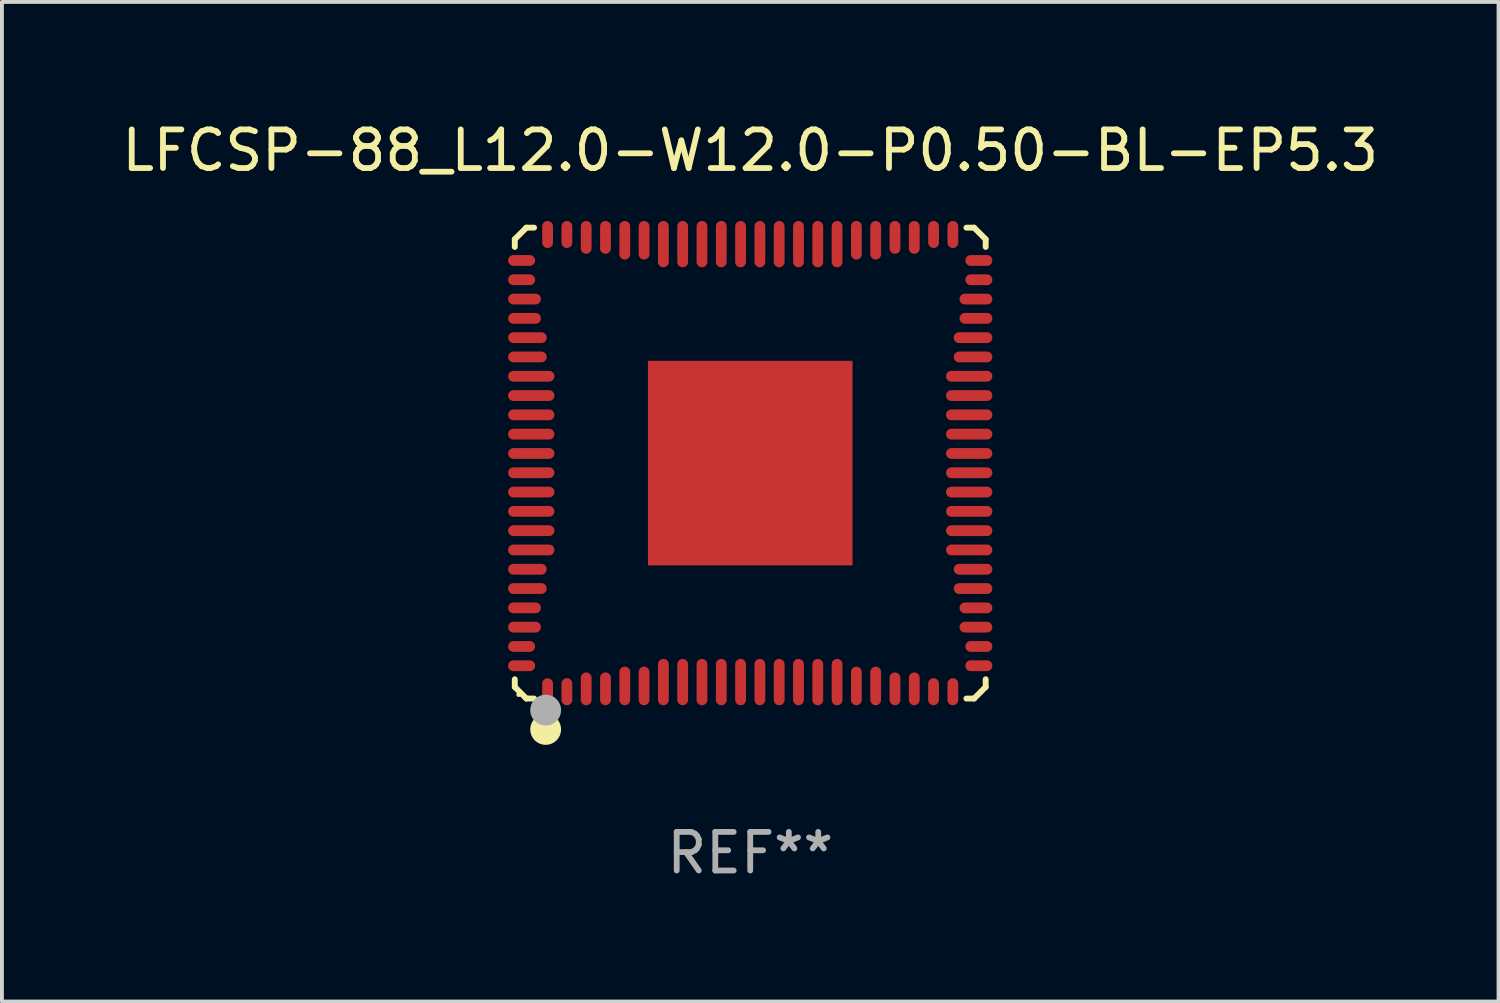
<source format=kicad_pcb>
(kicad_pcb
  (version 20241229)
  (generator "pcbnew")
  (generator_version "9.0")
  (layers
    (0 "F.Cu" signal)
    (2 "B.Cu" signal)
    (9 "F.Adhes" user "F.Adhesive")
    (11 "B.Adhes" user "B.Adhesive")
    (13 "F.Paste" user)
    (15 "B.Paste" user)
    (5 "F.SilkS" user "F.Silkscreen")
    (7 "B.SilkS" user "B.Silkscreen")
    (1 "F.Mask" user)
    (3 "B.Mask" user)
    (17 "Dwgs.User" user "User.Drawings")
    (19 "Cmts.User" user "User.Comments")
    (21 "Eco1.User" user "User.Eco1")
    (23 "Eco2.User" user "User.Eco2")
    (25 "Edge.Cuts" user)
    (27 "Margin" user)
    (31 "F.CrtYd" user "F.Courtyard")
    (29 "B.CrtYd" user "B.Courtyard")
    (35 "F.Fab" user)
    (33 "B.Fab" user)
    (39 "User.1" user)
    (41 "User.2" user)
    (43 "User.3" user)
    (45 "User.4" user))
  (footprint "LFCSP-88_L12.0-W12.0-P0.50-BL-EP5.3"
    (layer "F.Cu")
    (at 16.387 8.948)
    (property "Reference" "LFCSP-88_L12.0-W12.0-P0.50-BL-EP5.3" (at 0 -8.1 0) (layer "F.SilkS") (effects (font (size 1 1) (thickness 0.15))))
    (attr smd)
    (fp_line (start -6.1 -5.8) (end -6.1 -5.6) (stroke (width 0.152) (type solid)) (layer "F.SilkS"))
    (fp_line (start -6.1 5.6) (end -6.1 5.8) (stroke (width 0.152) (type solid)) (layer "F.SilkS"))
    (fp_line (start -6.1 5.8) (end -5.8 6.1) (stroke (width 0.152) (type solid)) (layer "F.SilkS"))
    (fp_line (start -5.8 -6.1) (end -6.1 -5.8) (stroke (width 0.152) (type solid)) (layer "F.SilkS"))
    (fp_line (start -5.8 6.1) (end -5.6 6.1) (stroke (width 0.152) (type solid)) (layer "F.SilkS"))
    (fp_line (start -5.6 -6.1) (end -5.8 -6.1) (stroke (width 0.152) (type solid)) (layer "F.SilkS"))
    (fp_line (start 5.6 6.1) (end 5.8 6.1) (stroke (width 0.152) (type solid)) (layer "F.SilkS"))
    (fp_line (start 5.8 -6.1) (end 5.6 -6.1) (stroke (width 0.152) (type solid)) (layer "F.SilkS"))
    (fp_line (start 5.8 6.1) (end 6.1 5.8) (stroke (width 0.152) (type solid)) (layer "F.SilkS"))
    (fp_line (start 6.1 -5.8) (end 5.8 -6.1) (stroke (width 0.152) (type solid)) (layer "F.SilkS"))
    (fp_line (start 6.1 -5.6) (end 6.1 -5.8) (stroke (width 0.152) (type solid)) (layer "F.SilkS"))
    (fp_line (start 6.1 5.8) (end 6.1 5.6) (stroke (width 0.152) (type solid)) (layer "F.SilkS"))
    (fp_circle (center -6 6) (end -5.97 6) (stroke (width 0.06) (type solid)) (fill no) (layer "F.SilkS"))
    (fp_circle (center -5.3 6.9) (end -5.1 6.9) (stroke (width 0.4) (type solid)) (fill no) (layer "F.SilkS"))
    (fp_circle (center -5.3 6.4) (end -5.1 6.4) (stroke (width 0.4) (type solid)) (fill no) (layer "F.Fab"))
    (fp_text user "REF**" (at 0 10.1 0) (layer "F.Fab") (effects (font (size 1 1) (thickness 0.15))))
    (pad "1" smd oval (at -5.25 5.923) (size 0.28 0.7) (layers "F.Cu" "F.Mask" "F.Paste"))
    (pad "2" smd oval (at -4.75 5.923) (size 0.28 0.7) (layers "F.Cu" "F.Mask" "F.Paste"))
    (pad "3" smd oval (at -4.25 5.848) (size 0.28 0.85) (layers "F.Cu" "F.Mask" "F.Paste"))
    (pad "4" smd oval (at -3.75 5.848) (size 0.28 0.85) (layers "F.Cu" "F.Mask" "F.Paste"))
    (pad "5" smd oval (at -3.25 5.773) (size 0.28 1) (layers "F.Cu" "F.Mask" "F.Paste"))
    (pad "6" smd oval (at -2.75 5.773) (size 0.28 1) (layers "F.Cu" "F.Mask" "F.Paste"))
    (pad "7" smd oval (at -2.25 5.673) (size 0.28 1.2) (layers "F.Cu" "F.Mask" "F.Paste"))
    (pad "8" smd oval (at -1.75 5.673) (size 0.28 1.2) (layers "F.Cu" "F.Mask" "F.Paste"))
    (pad "9" smd oval (at -1.25 5.673) (size 0.28 1.2) (layers "F.Cu" "F.Mask" "F.Paste"))
    (pad "10" smd oval (at -0.75 5.673) (size 0.28 1.2) (layers "F.Cu" "F.Mask" "F.Paste"))
    (pad "11" smd oval (at -0.25 5.673) (size 0.28 1.2) (layers "F.Cu" "F.Mask" "F.Paste"))
    (pad "12" smd oval (at 0.25 5.673) (size 0.28 1.2) (layers "F.Cu" "F.Mask" "F.Paste"))
    (pad "13" smd oval (at 0.75 5.673) (size 0.28 1.2) (layers "F.Cu" "F.Mask" "F.Paste"))
    (pad "14" smd oval (at 1.25 5.673) (size 0.28 1.2) (layers "F.Cu" "F.Mask" "F.Paste"))
    (pad "15" smd oval (at 1.75 5.673) (size 0.28 1.2) (layers "F.Cu" "F.Mask" "F.Paste"))
    (pad "16" smd oval (at 2.25 5.673) (size 0.28 1.2) (layers "F.Cu" "F.Mask" "F.Paste"))
    (pad "17" smd oval (at 2.75 5.773) (size 0.28 1) (layers "F.Cu" "F.Mask" "F.Paste"))
    (pad "18" smd oval (at 3.25 5.773) (size 0.28 1) (layers "F.Cu" "F.Mask" "F.Paste"))
    (pad "19" smd oval (at 3.75 5.848) (size 0.28 0.85) (layers "F.Cu" "F.Mask" "F.Paste"))
    (pad "20" smd oval (at 4.25 5.848) (size 0.28 0.85) (layers "F.Cu" "F.Mask" "F.Paste"))
    (pad "21" smd oval (at 4.75 5.923) (size 0.28 0.7) (layers "F.Cu" "F.Mask" "F.Paste"))
    (pad "22" smd oval (at 5.25 5.923) (size 0.28 0.7) (layers "F.Cu" "F.Mask" "F.Paste"))
    (pad "23" smd oval (at 5.923 5.25) (size 0.7 0.28) (layers "F.Cu" "F.Mask" "F.Paste"))
    (pad "24" smd oval (at 5.923 4.75) (size 0.7 0.28) (layers "F.Cu" "F.Mask" "F.Paste"))
    (pad "25" smd oval (at 5.848 4.25) (size 0.85 0.28) (layers "F.Cu" "F.Mask" "F.Paste"))
    (pad "26" smd oval (at 5.848 3.75) (size 0.85 0.28) (layers "F.Cu" "F.Mask" "F.Paste"))
    (pad "27" smd oval (at 5.773 3.25) (size 1 0.28) (layers "F.Cu" "F.Mask" "F.Paste"))
    (pad "28" smd oval (at 5.773 2.75) (size 1 0.28) (layers "F.Cu" "F.Mask" "F.Paste"))
    (pad "29" smd oval (at 5.673 2.25) (size 1.2 0.28) (layers "F.Cu" "F.Mask" "F.Paste"))
    (pad "30" smd oval (at 5.673 1.75) (size 1.2 0.28) (layers "F.Cu" "F.Mask" "F.Paste"))
    (pad "31" smd oval (at 5.673 1.25) (size 1.2 0.28) (layers "F.Cu" "F.Mask" "F.Paste"))
    (pad "32" smd oval (at 5.673 0.75) (size 1.2 0.28) (layers "F.Cu" "F.Mask" "F.Paste"))
    (pad "33" smd oval (at 5.673 0.25) (size 1.2 0.28) (layers "F.Cu" "F.Mask" "F.Paste"))
    (pad "34" smd oval (at 5.673 -0.25) (size 1.2 0.28) (layers "F.Cu" "F.Mask" "F.Paste"))
    (pad "35" smd oval (at 5.673 -0.75) (size 1.2 0.28) (layers "F.Cu" "F.Mask" "F.Paste"))
    (pad "36" smd oval (at 5.673 -1.25) (size 1.2 0.28) (layers "F.Cu" "F.Mask" "F.Paste"))
    (pad "37" smd oval (at 5.673 -1.75) (size 1.2 0.28) (layers "F.Cu" "F.Mask" "F.Paste"))
    (pad "38" smd oval (at 5.673 -2.25) (size 1.2 0.28) (layers "F.Cu" "F.Mask" "F.Paste"))
    (pad "39" smd oval (at 5.773 -2.75) (size 1 0.28) (layers "F.Cu" "F.Mask" "F.Paste"))
    (pad "40" smd oval (at 5.773 -3.25) (size 1 0.28) (layers "F.Cu" "F.Mask" "F.Paste"))
    (pad "41" smd oval (at 5.848 -3.75) (size 0.85 0.28) (layers "F.Cu" "F.Mask" "F.Paste"))
    (pad "42" smd oval (at 5.848 -4.25) (size 0.85 0.28) (layers "F.Cu" "F.Mask" "F.Paste"))
    (pad "43" smd oval (at 5.923 -4.75) (size 0.7 0.28) (layers "F.Cu" "F.Mask" "F.Paste"))
    (pad "44" smd oval (at 5.923 -5.25) (size 0.7 0.28) (layers "F.Cu" "F.Mask" "F.Paste"))
    (pad "45" smd oval (at 5.25 -5.923) (size 0.28 0.7) (layers "F.Cu" "F.Mask" "F.Paste"))
    (pad "46" smd oval (at 4.75 -5.923) (size 0.28 0.7) (layers "F.Cu" "F.Mask" "F.Paste"))
    (pad "47" smd oval (at 4.25 -5.848) (size 0.28 0.85) (layers "F.Cu" "F.Mask" "F.Paste"))
    (pad "48" smd oval (at 3.75 -5.848) (size 0.28 0.85) (layers "F.Cu" "F.Mask" "F.Paste"))
    (pad "49" smd oval (at 3.25 -5.773) (size 0.28 1) (layers "F.Cu" "F.Mask" "F.Paste"))
    (pad "50" smd oval (at 2.75 -5.773) (size 0.28 1) (layers "F.Cu" "F.Mask" "F.Paste"))
    (pad "51" smd oval (at 2.25 -5.673) (size 0.28 1.2) (layers "F.Cu" "F.Mask" "F.Paste"))
    (pad "52" smd oval (at 1.75 -5.673) (size 0.28 1.2) (layers "F.Cu" "F.Mask" "F.Paste"))
    (pad "53" smd oval (at 1.25 -5.673) (size 0.28 1.2) (layers "F.Cu" "F.Mask" "F.Paste"))
    (pad "54" smd oval (at 0.75 -5.673) (size 0.28 1.2) (layers "F.Cu" "F.Mask" "F.Paste"))
    (pad "55" smd oval (at 0.25 -5.673) (size 0.28 1.2) (layers "F.Cu" "F.Mask" "F.Paste"))
    (pad "56" smd oval (at -0.25 -5.673) (size 0.28 1.2) (layers "F.Cu" "F.Mask" "F.Paste"))
    (pad "57" smd oval (at -0.75 -5.673) (size 0.28 1.2) (layers "F.Cu" "F.Mask" "F.Paste"))
    (pad "58" smd oval (at -1.25 -5.673) (size 0.28 1.2) (layers "F.Cu" "F.Mask" "F.Paste"))
    (pad "59" smd oval (at -1.75 -5.673) (size 0.28 1.2) (layers "F.Cu" "F.Mask" "F.Paste"))
    (pad "60" smd oval (at -2.25 -5.673) (size 0.28 1.2) (layers "F.Cu" "F.Mask" "F.Paste"))
    (pad "61" smd oval (at -2.75 -5.773) (size 0.28 1) (layers "F.Cu" "F.Mask" "F.Paste"))
    (pad "62" smd oval (at -3.25 -5.773) (size 0.28 1) (layers "F.Cu" "F.Mask" "F.Paste"))
    (pad "63" smd oval (at -3.75 -5.848) (size 0.28 0.85) (layers "F.Cu" "F.Mask" "F.Paste"))
    (pad "64" smd oval (at -4.25 -5.848) (size 0.28 0.85) (layers "F.Cu" "F.Mask" "F.Paste"))
    (pad "65" smd oval (at -4.75 -5.923) (size 0.28 0.7) (layers "F.Cu" "F.Mask" "F.Paste"))
    (pad "66" smd oval (at -5.25 -5.923) (size 0.28 0.7) (layers "F.Cu" "F.Mask" "F.Paste"))
    (pad "67" smd oval (at -5.923 -5.25) (size 0.7 0.28) (layers "F.Cu" "F.Mask" "F.Paste"))
    (pad "68" smd oval (at -5.923 -4.75) (size 0.7 0.28) (layers "F.Cu" "F.Mask" "F.Paste"))
    (pad "69" smd oval (at -5.848 -4.25) (size 0.85 0.28) (layers "F.Cu" "F.Mask" "F.Paste"))
    (pad "70" smd oval (at -5.848 -3.75) (size 0.85 0.28) (layers "F.Cu" "F.Mask" "F.Paste"))
    (pad "71" smd oval (at -5.773 -3.25) (size 1 0.28) (layers "F.Cu" "F.Mask" "F.Paste"))
    (pad "72" smd oval (at -5.773 -2.75) (size 1 0.28) (layers "F.Cu" "F.Mask" "F.Paste"))
    (pad "73" smd oval (at -5.673 -2.25) (size 1.2 0.28) (layers "F.Cu" "F.Mask" "F.Paste"))
    (pad "74" smd oval (at -5.673 -1.75) (size 1.2 0.28) (layers "F.Cu" "F.Mask" "F.Paste"))
    (pad "75" smd oval (at -5.673 -1.25) (size 1.2 0.28) (layers "F.Cu" "F.Mask" "F.Paste"))
    (pad "76" smd oval (at -5.673 -0.75) (size 1.2 0.28) (layers "F.Cu" "F.Mask" "F.Paste"))
    (pad "77" smd oval (at -5.673 -0.25) (size 1.2 0.28) (layers "F.Cu" "F.Mask" "F.Paste"))
    (pad "78" smd oval (at -5.673 0.25) (size 1.2 0.28) (layers "F.Cu" "F.Mask" "F.Paste"))
    (pad "79" smd oval (at -5.673 0.75) (size 1.2 0.28) (layers "F.Cu" "F.Mask" "F.Paste"))
    (pad "80" smd oval (at -5.673 1.25) (size 1.2 0.28) (layers "F.Cu" "F.Mask" "F.Paste"))
    (pad "81" smd oval (at -5.673 1.75) (size 1.2 0.28) (layers "F.Cu" "F.Mask" "F.Paste"))
    (pad "82" smd oval (at -5.673 2.25) (size 1.2 0.28) (layers "F.Cu" "F.Mask" "F.Paste"))
    (pad "83" smd oval (at -5.773 2.75) (size 1 0.28) (layers "F.Cu" "F.Mask" "F.Paste"))
    (pad "84" smd oval (at -5.773 3.25) (size 1 0.28) (layers "F.Cu" "F.Mask" "F.Paste"))
    (pad "85" smd oval (at -5.848 3.75) (size 0.85 0.28) (layers "F.Cu" "F.Mask" "F.Paste"))
    (pad "86" smd oval (at -5.848 4.25) (size 0.85 0.28) (layers "F.Cu" "F.Mask" "F.Paste"))
    (pad "87" smd oval (at -5.923 4.75) (size 0.7 0.28) (layers "F.Cu" "F.Mask" "F.Paste"))
    (pad "88" smd oval (at -5.923 5.25) (size 0.7 0.28) (layers "F.Cu" "F.Mask" "F.Paste"))
    (pad "89" smd rect (at 0 0) (size 5.3 5.3) (layers "F.Cu" "F.Mask" "F.Paste")))
  (gr_rect
    (start -3 -3)
    (end 35.774 22.897)
    (stroke (width 0.1) (type default))
    (fill no)
    (layer "Edge.Cuts")))
</source>
